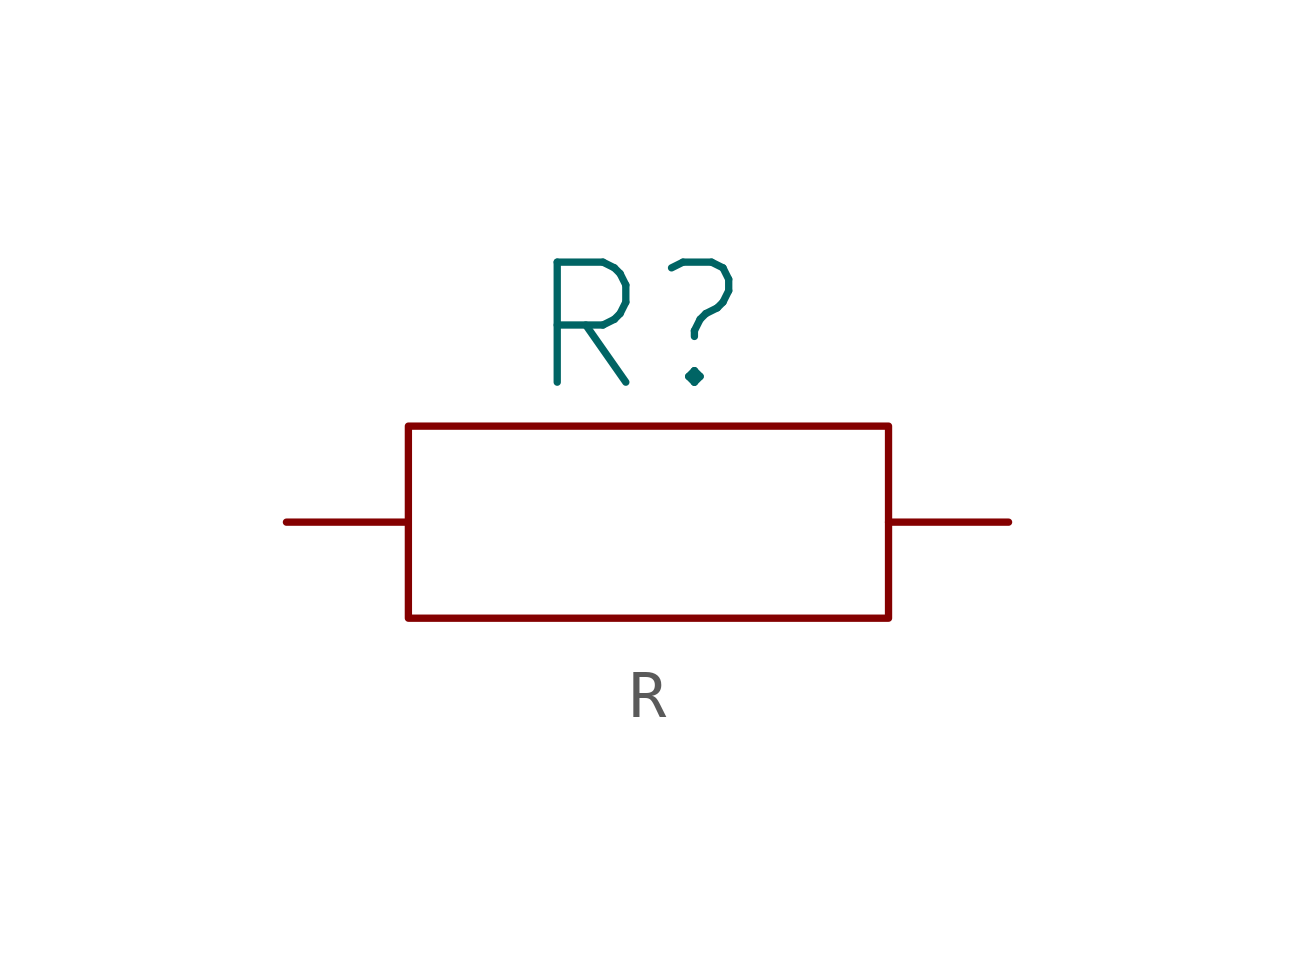
<source format=kicad_sym>
(kicad_symbol_lib
  (version 20231120)
  (generator "kicad_symbol_editor")
  (generator_version "8.0")
  (symbol "R"
    (pin_numbers hide)
    (pin_names
      (offset 0.5) hide)
    (property "Reference" "R"
      (at 4.826 4.064 0)
      (effects (font (size 2.5 2.5))))
    (property "Value" ""
      (at 0 0 0)
      (effects (font (size 1.27 1.27))))
    (property "Величина" ""
      (at 0 0 0)
      (effects (font (size 1.27 1.27))))
    (symbol "R_0_1"
      (polyline (pts (xy 0 2) (xy 0 -2) (xy 10 -2) (xy 10 2) (xy 0 2)) (stroke (width 0) (type default)) (fill (type none))))
    (symbol "R_1_1"
      (pin passive line (at -2.54 0 0) (length 2.5) (name "1" (effects (font (size 1.2 1.2)))) (number "1" (effects (font (size 1.2 1.2)))))
      (pin passive line (at 12.5 0 180) (length 2.5) (name "2" (effects (font (size 1.2 1.2)))) (number "2" (effects (font (size 1.2 1.2))))))))
</source>
